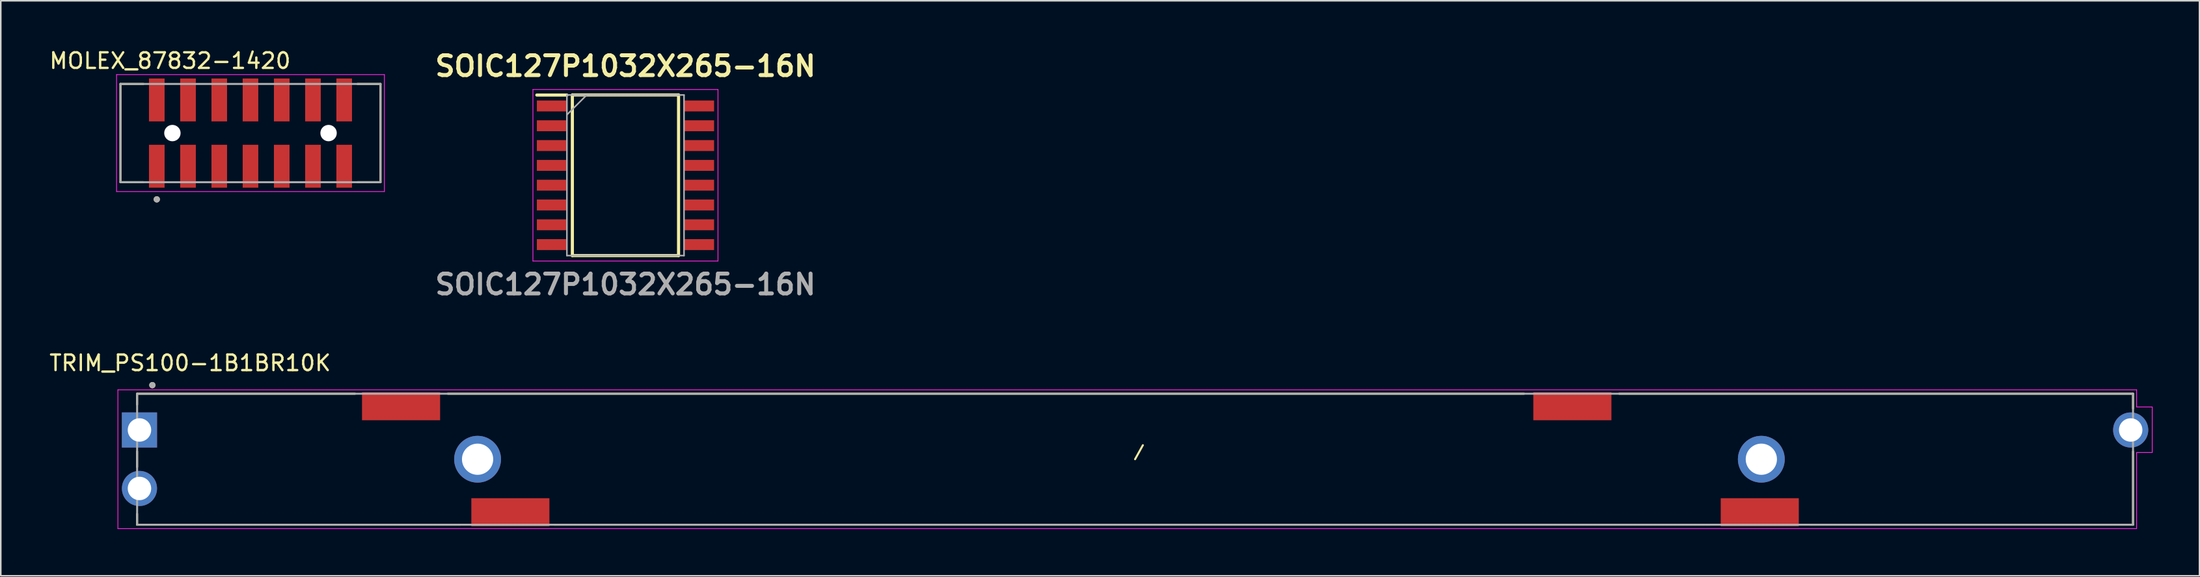
<source format=kicad_pcb>
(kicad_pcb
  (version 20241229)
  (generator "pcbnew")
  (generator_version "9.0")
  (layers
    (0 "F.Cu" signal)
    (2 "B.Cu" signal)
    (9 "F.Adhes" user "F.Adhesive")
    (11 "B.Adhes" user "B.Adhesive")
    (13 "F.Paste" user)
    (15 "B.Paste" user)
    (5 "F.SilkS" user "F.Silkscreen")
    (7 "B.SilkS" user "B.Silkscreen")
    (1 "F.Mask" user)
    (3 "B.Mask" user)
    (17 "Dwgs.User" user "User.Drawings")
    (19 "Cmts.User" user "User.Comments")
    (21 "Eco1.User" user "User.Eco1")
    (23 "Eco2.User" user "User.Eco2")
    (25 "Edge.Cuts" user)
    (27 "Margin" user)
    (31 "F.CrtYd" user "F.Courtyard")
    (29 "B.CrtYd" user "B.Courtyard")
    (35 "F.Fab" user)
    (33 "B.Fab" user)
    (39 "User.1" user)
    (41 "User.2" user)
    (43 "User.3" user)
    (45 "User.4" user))
  (footprint "SOIC127P1032X265-16N"
    (layer "F.Cu")
    (at 36.999 8.189)
    (property "Reference" "SOIC127P1032X265-16N" (at 0 -7 0) (layer "F.SilkS") (effects (font (size 1.27 1.27) (thickness 0.254))))
    (attr smd)
    (fp_line (start -5.675 -5.145) (end -3.75 -5.145) (stroke (width 0.2) (type solid)) (layer "F.SilkS"))
    (fp_line (start -3.4 -5.15) (end 3.4 -5.15) (stroke (width 0.2) (type solid)) (layer "F.SilkS"))
    (fp_line (start -3.4 5.15) (end -3.4 -5.15) (stroke (width 0.2) (type solid)) (layer "F.SilkS"))
    (fp_line (start 3.4 -5.15) (end 3.4 5.15) (stroke (width 0.2) (type solid)) (layer "F.SilkS"))
    (fp_line (start 3.4 5.15) (end -3.4 5.15) (stroke (width 0.2) (type solid)) (layer "F.SilkS"))
    (fp_line (start -5.925 -5.5) (end 5.925 -5.5) (stroke (width 0.05) (type solid)) (layer "F.CrtYd"))
    (fp_line (start -5.925 5.5) (end -5.925 -5.5) (stroke (width 0.05) (type solid)) (layer "F.CrtYd"))
    (fp_line (start 5.925 -5.5) (end 5.925 5.5) (stroke (width 0.05) (type solid)) (layer "F.CrtYd"))
    (fp_line (start 5.925 5.5) (end -5.925 5.5) (stroke (width 0.05) (type solid)) (layer "F.CrtYd"))
    (fp_line (start -3.75 -5.15) (end 3.75 -5.15) (stroke (width 0.1) (type solid)) (layer "F.Fab"))
    (fp_line (start -3.75 -3.88) (end -2.48 -5.15) (stroke (width 0.1) (type solid)) (layer "F.Fab"))
    (fp_line (start -3.75 5.15) (end -3.75 -5.15) (stroke (width 0.1) (type solid)) (layer "F.Fab"))
    (fp_line (start 3.75 -5.15) (end 3.75 5.15) (stroke (width 0.1) (type solid)) (layer "F.Fab"))
    (fp_line (start 3.75 5.15) (end -3.75 5.15) (stroke (width 0.1) (type solid)) (layer "F.Fab"))
    (fp_text user "${REFERENCE}" (at 0 7 0) (layer "F.Fab") (effects (font (size 1.27 1.27) (thickness 0.254))))
    (pad "1" smd rect (at -4.712 -4.445 90) (size 0.7 1.925) (layers "F.Cu" "F.Mask" "F.Paste"))
    (pad "2" smd rect (at -4.712 -3.175 90) (size 0.7 1.925) (layers "F.Cu" "F.Mask" "F.Paste"))
    (pad "3" smd rect (at -4.712 -1.905 90) (size 0.7 1.925) (layers "F.Cu" "F.Mask" "F.Paste"))
    (pad "4" smd rect (at -4.712 -0.635 90) (size 0.7 1.925) (layers "F.Cu" "F.Mask" "F.Paste"))
    (pad "5" smd rect (at -4.712 0.635 90) (size 0.7 1.925) (layers "F.Cu" "F.Mask" "F.Paste"))
    (pad "6" smd rect (at -4.712 1.905 90) (size 0.7 1.925) (layers "F.Cu" "F.Mask" "F.Paste"))
    (pad "7" smd rect (at -4.712 3.175 90) (size 0.7 1.925) (layers "F.Cu" "F.Mask" "F.Paste"))
    (pad "8" smd rect (at -4.712 4.445 90) (size 0.7 1.925) (layers "F.Cu" "F.Mask" "F.Paste"))
    (pad "9" smd rect (at 4.712 4.445 90) (size 0.7 1.925) (layers "F.Cu" "F.Mask" "F.Paste"))
    (pad "10" smd rect (at 4.712 3.175 90) (size 0.7 1.925) (layers "F.Cu" "F.Mask" "F.Paste"))
    (pad "11" smd rect (at 4.712 1.905 90) (size 0.7 1.925) (layers "F.Cu" "F.Mask" "F.Paste"))
    (pad "12" smd rect (at 4.712 0.635 90) (size 0.7 1.925) (layers "F.Cu" "F.Mask" "F.Paste"))
    (pad "13" smd rect (at 4.712 -0.635 90) (size 0.7 1.925) (layers "F.Cu" "F.Mask" "F.Paste"))
    (pad "14" smd rect (at 4.712 -1.905 90) (size 0.7 1.925) (layers "F.Cu" "F.Mask" "F.Paste"))
    (pad "15" smd rect (at 4.712 -3.175 90) (size 0.7 1.925) (layers "F.Cu" "F.Mask" "F.Paste"))
    (pad "16" smd rect (at 4.712 -4.445 90) (size 0.7 1.925) (layers "F.Cu" "F.Mask" "F.Paste")))
  (footprint "MOLEX_87832-1420"
    (layer "F.Cu")
    (at 12.989 5.483)
    (property "Reference" "MOLEX_87832-1420" (at -5.15 -4.635 0) (layer "F.SilkS") (effects (font (size 1 1) (thickness 0.15))))
    (attr smd)
    (fp_line (start -8.325 -3.15) (end -6.85 -3.15) (stroke (width 0.127) (type solid)) (layer "F.SilkS"))
    (fp_line (start -8.325 3.15) (end -8.325 -3.15) (stroke (width 0.127) (type solid)) (layer "F.SilkS"))
    (fp_line (start -8.325 3.15) (end -6.85 3.15) (stroke (width 0.127) (type solid)) (layer "F.SilkS"))
    (fp_line (start 6.85 -3.15) (end 8.325 -3.15) (stroke (width 0.127) (type solid)) (layer "F.SilkS"))
    (fp_line (start 6.85 3.15) (end 8.325 3.15) (stroke (width 0.127) (type solid)) (layer "F.SilkS"))
    (fp_line (start 8.325 -3.15) (end 8.325 3.15) (stroke (width 0.127) (type solid)) (layer "F.SilkS"))
    (fp_circle (center -6 4.25) (end -5.9 4.25) (stroke (width 0.2) (type solid)) (fill no) (layer "F.SilkS"))
    (fp_line (start -8.575 -3.75) (end 8.575 -3.75) (stroke (width 0.05) (type solid)) (layer "F.CrtYd"))
    (fp_line (start -8.575 3.75) (end -8.575 -3.75) (stroke (width 0.05) (type solid)) (layer "F.CrtYd"))
    (fp_line (start 8.575 -3.75) (end 8.575 3.75) (stroke (width 0.05) (type solid)) (layer "F.CrtYd"))
    (fp_line (start 8.575 3.75) (end -8.575 3.75) (stroke (width 0.05) (type solid)) (layer "F.CrtYd"))
    (fp_line (start -8.325 -3.15) (end -8.325 3.15) (stroke (width 0.127) (type solid)) (layer "F.Fab"))
    (fp_line (start -8.325 -3.15) (end 8.325 -3.15) (stroke (width 0.127) (type solid)) (layer "F.Fab"))
    (fp_line (start 8.325 -3.15) (end 8.325 3.15) (stroke (width 0.127) (type solid)) (layer "F.Fab"))
    (fp_line (start 8.325 3.15) (end -8.325 3.15) (stroke (width 0.127) (type solid)) (layer "F.Fab"))
    (fp_circle (center -6 4.25) (end -5.9 4.25) (stroke (width 0.2) (type solid)) (fill no) (layer "F.Fab"))
    (pad "" np_thru_hole circle (at -5 0) (size 1.05 1.05) (drill 1.05) (layers "*.Cu" "*.Mask"))
    (pad "" np_thru_hole circle (at 5 0) (size 1.05 1.05) (drill 1.05) (layers "*.Cu" "*.Mask"))
    (pad "1" smd rect (at -6 2.125) (size 1 2.75) (layers "F.Cu" "F.Mask" "F.Paste"))
    (pad "2" smd rect (at -6 -2.125) (size 1 2.75) (layers "F.Cu" "F.Mask" "F.Paste"))
    (pad "3" smd rect (at -4 2.125) (size 1 2.75) (layers "F.Cu" "F.Mask" "F.Paste"))
    (pad "4" smd rect (at -4 -2.125) (size 1 2.75) (layers "F.Cu" "F.Mask" "F.Paste"))
    (pad "5" smd rect (at -2 2.125) (size 1 2.75) (layers "F.Cu" "F.Mask" "F.Paste"))
    (pad "6" smd rect (at -2 -2.125) (size 1 2.75) (layers "F.Cu" "F.Mask" "F.Paste"))
    (pad "7" smd rect (at 0 2.125) (size 1 2.75) (layers "F.Cu" "F.Mask" "F.Paste"))
    (pad "8" smd rect (at 0 -2.125) (size 1 2.75) (layers "F.Cu" "F.Mask" "F.Paste"))
    (pad "9" smd rect (at 2 2.125) (size 1 2.75) (layers "F.Cu" "F.Mask" "F.Paste"))
    (pad "10" smd rect (at 2 -2.125) (size 1 2.75) (layers "F.Cu" "F.Mask" "F.Paste"))
    (pad "11" smd rect (at 4 2.125) (size 1 2.75) (layers "F.Cu" "F.Mask" "F.Paste"))
    (pad "12" smd rect (at 4 -2.125) (size 1 2.75) (layers "F.Cu" "F.Mask" "F.Paste"))
    (pad "13" smd rect (at 6 2.125) (size 1 2.75) (layers "F.Cu" "F.Mask" "F.Paste"))
    (pad "14" smd rect (at 6 -2.125) (size 1 2.75) (layers "F.Cu" "F.Mask" "F.Paste")))
  (footprint "TRIM_PS100-1B1BR10K"
    (layer "F.Cu")
    (at 69.63 26.396)
    (property "Reference" "TRIM_PS100-1B1BR10K" (at -60.505 -6.17 0) (layer "F.SilkS") (effects (font (size 1 1) (thickness 0.15))))
    (attr through_hole)
    (fp_line (start -63.9 -4.2) (end -49.95 -4.2) (stroke (width 0.127) (type solid)) (layer "F.SilkS"))
    (fp_line (start -63.9 -3.5) (end -63.9 -4.2) (stroke (width 0.127) (type solid)) (layer "F.SilkS"))
    (fp_line (start -63.9 -0.5) (end -63.9 0.5) (stroke (width 0.127) (type solid)) (layer "F.SilkS"))
    (fp_line (start -63.9 4.2) (end -63.9 3.5) (stroke (width 0.127) (type solid)) (layer "F.SilkS"))
    (fp_line (start -44 -4.2) (end 24.9 -4.2) (stroke (width 0.127) (type solid)) (layer "F.SilkS"))
    (fp_line (start -43.2 4.2) (end -63.9 4.2) (stroke (width 0.127) (type solid)) (layer "F.SilkS"))
    (fp_line (start 0 0) (end 0.5 -0.9) (stroke (width 0.127) (type solid)) (layer "F.SilkS"))
    (fp_line (start 31 -4.2) (end 63.9 -4.2) (stroke (width 0.127) (type solid)) (layer "F.SilkS"))
    (fp_line (start 36.8 4.2) (end -37.2 4.2) (stroke (width 0.127) (type solid)) (layer "F.SilkS"))
    (fp_line (start 63.9 -4.2) (end 63.9 -3.25) (stroke (width 0.127) (type solid)) (layer "F.SilkS"))
    (fp_line (start 63.9 -0.5) (end 63.9 4.2) (stroke (width 0.127) (type solid)) (layer "F.SilkS"))
    (fp_line (start 63.9 4.2) (end 43.2 4.2) (stroke (width 0.127) (type solid)) (layer "F.SilkS"))
    (fp_circle (center -62.925 -4.75) (end -62.825 -4.75) (stroke (width 0.2) (type solid)) (fill no) (layer "F.SilkS"))
    (fp_line (start -65.13 -4.45) (end 64.13 -4.45) (stroke (width 0.05) (type solid)) (layer "F.CrtYd"))
    (fp_line (start -65.13 4.45) (end -65.13 -4.45) (stroke (width 0.05) (type solid)) (layer "F.CrtYd"))
    (fp_line (start 64.13 -4.45) (end 64.13 -3.35) (stroke (width 0.05) (type solid)) (layer "F.CrtYd"))
    (fp_line (start 64.13 -3.35) (end 65.13 -3.35) (stroke (width 0.05) (type solid)) (layer "F.CrtYd"))
    (fp_line (start 64.13 -0.43) (end 64.13 4.45) (stroke (width 0.05) (type solid)) (layer "F.CrtYd"))
    (fp_line (start 64.13 4.45) (end -65.13 4.45) (stroke (width 0.05) (type solid)) (layer "F.CrtYd"))
    (fp_line (start 65.13 -3.35) (end 65.13 -0.43) (stroke (width 0.05) (type solid)) (layer "F.CrtYd"))
    (fp_line (start 65.13 -0.43) (end 64.13 -0.43) (stroke (width 0.05) (type solid)) (layer "F.CrtYd"))
    (fp_line (start -63.9 -4.2) (end 63.9 -4.2) (stroke (width 0.127) (type solid)) (layer "F.Fab"))
    (fp_line (start -63.9 4.2) (end -63.9 -4.2) (stroke (width 0.127) (type solid)) (layer "F.Fab"))
    (fp_line (start 63.9 -4.2) (end 63.9 4.2) (stroke (width 0.127) (type solid)) (layer "F.Fab"))
    (fp_line (start 63.9 4.2) (end -63.9 4.2) (stroke (width 0.127) (type solid)) (layer "F.Fab"))
    (fp_circle (center -62.925 -4.75) (end -62.825 -4.75) (stroke (width 0.2) (type solid)) (fill no) (layer "F.Fab"))
    (pad "1" thru_hole rect (at -63.75 -1.875) (size 2.25 2.25) (drill 1.5) (layers "*.Cu" "*.Mask"))
    (pad "2" thru_hole circle (at -63.75 1.875) (size 2.25 2.25) (drill 1.5) (layers "*.Cu" "*.Mask"))
    (pad "3" thru_hole circle (at 63.75 -1.875) (size 2.25 2.25) (drill 1.5) (layers "*.Cu" "*.Mask"))
    (pad "P1" thru_hole circle (at -42.1 0) (size 3 3) (drill 2) (layers "*.Cu" "*.Mask"))
    (pad "P2" thru_hole circle (at 40.1 0) (size 3 3) (drill 2) (layers "*.Cu" "*.Mask"))
    (pad "P3" smd rect (at -40 3.4) (size 5 1.8) (layers "F.Cu" "F.Mask" "F.Paste"))
    (pad "P4" smd rect (at -47 -3.4) (size 5 1.8) (layers "F.Cu" "F.Mask" "F.Paste"))
    (pad "P5" smd rect (at 40 3.4) (size 5 1.8) (layers "F.Cu" "F.Mask" "F.Paste"))
    (pad "P6" smd rect (at 28 -3.4) (size 5 1.8) (layers "F.Cu" "F.Mask" "F.Paste")))
  (gr_rect
    (start -3 -3)
    (end 137.785 33.871)
    (stroke (width 0.1) (type default))
    (fill no)
    (layer "Edge.Cuts")))
</source>
